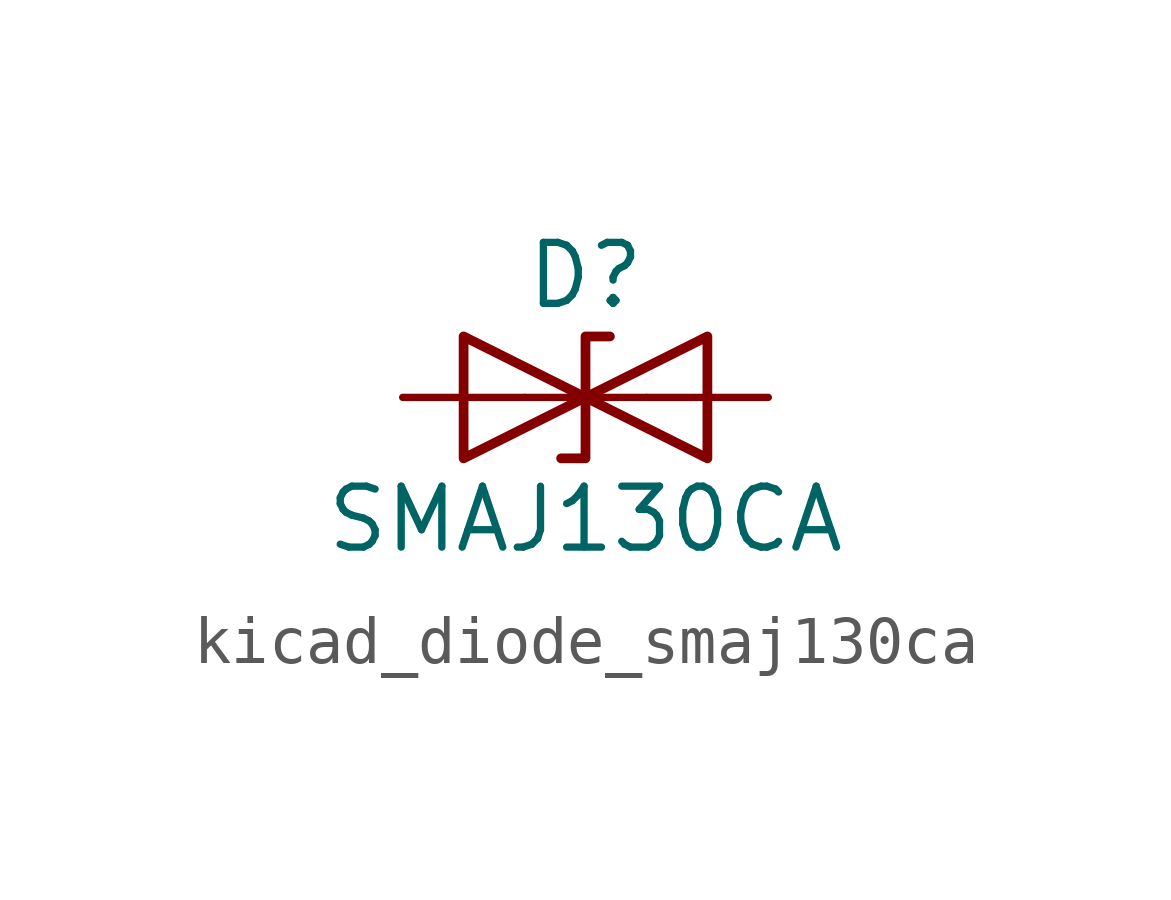
<source format=kicad_sym>
(kicad_symbol_lib
  (version 20220914)
  (generator kicad_symbol_editor)
  (symbol "kicad_diode_smaj130ca"
    (pin_numbers hide)
    (pin_names
      (offset 1.016) hide)
    (property "Reference" "D"
      (at 0 2.54 0)
      (effects (font (size 1.27 1.27))))
    (property "Value" "SMAJ130CA"
      (at 0 -2.54 0)
      (effects (font (size 1.27 1.27))))
    (symbol "kicad_diode_smaj130ca_0_1"
      (polyline (pts (xy 1.27 0) (xy -1.27 0)) (stroke (width 0) (type default)) (fill (type none)))
      (polyline (pts (xy -2.54 -1.27) (xy 0 0) (xy -2.54 1.27) (xy -2.54 -1.27)) (stroke (width 0.203) (type default)) (fill (type none)))
      (polyline (pts (xy 0.508 1.27) (xy 0 1.27) (xy 0 -1.27) (xy -0.508 -1.27)) (stroke (width 0.203) (type default)) (fill (type none)))
      (polyline (pts (xy 2.54 1.27) (xy 2.54 -1.27) (xy 0 0) (xy 2.54 1.27)) (stroke (width 0.203) (type default)) (fill (type none))))
    (symbol "kicad_diode_smaj130ca_1_1"
      (pin passive line (at -3.81 0 0) (length 2.54) (name "A1" (effects (font (size 1.27 1.27)))) (number "1" (effects (font (size 1.27 1.27)))))
      (pin passive line (at 3.81 0 180) (length 2.54) (name "A2" (effects (font (size 1.27 1.27)))) (number "2" (effects (font (size 1.27 1.27))))))))
</source>
